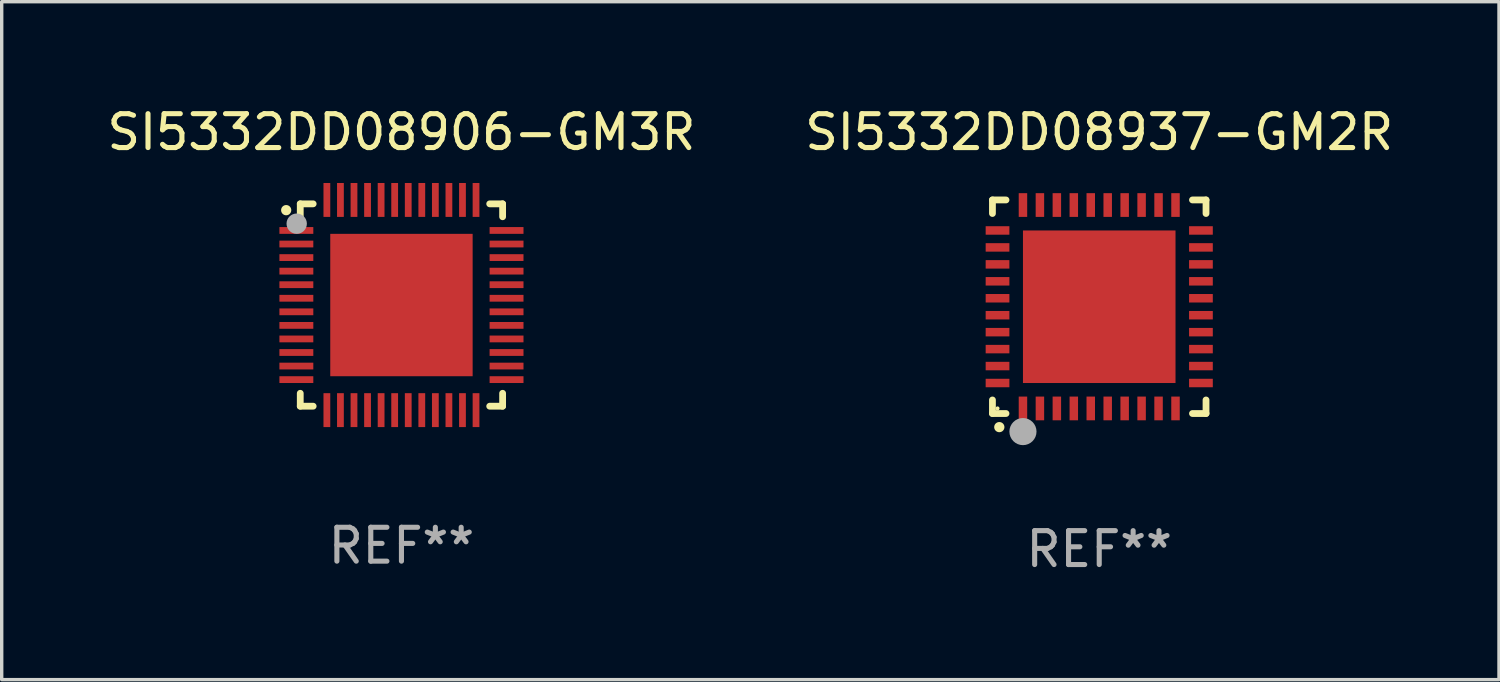
<source format=kicad_pcb>
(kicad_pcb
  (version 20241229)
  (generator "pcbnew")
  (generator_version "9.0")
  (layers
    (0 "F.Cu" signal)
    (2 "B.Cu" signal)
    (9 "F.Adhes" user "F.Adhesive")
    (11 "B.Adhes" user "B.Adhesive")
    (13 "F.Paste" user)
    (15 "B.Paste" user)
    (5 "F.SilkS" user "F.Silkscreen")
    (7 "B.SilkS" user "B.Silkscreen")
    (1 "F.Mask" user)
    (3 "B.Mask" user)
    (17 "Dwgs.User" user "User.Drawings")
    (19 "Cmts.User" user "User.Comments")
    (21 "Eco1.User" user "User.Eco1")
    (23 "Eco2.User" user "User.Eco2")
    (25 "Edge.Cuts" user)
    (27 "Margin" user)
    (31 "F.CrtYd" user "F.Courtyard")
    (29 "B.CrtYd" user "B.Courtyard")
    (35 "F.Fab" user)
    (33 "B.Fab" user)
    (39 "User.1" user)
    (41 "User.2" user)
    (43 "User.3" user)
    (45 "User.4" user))
  (footprint "SI5332DD08906-GM3R"
    (layer "F.Cu")
    (at 8.792 5.948)
    (property "Reference" "SI5332DD08906-GM3R" (at 0 -5.1 0) (layer "F.SilkS") (effects (font (size 1 1) (thickness 0.15))))
    (attr through_hole)
    (fp_line (start -2.985 -2.985) (end -2.604 -2.985) (stroke (width 0.2) (type solid)) (layer "F.SilkS"))
    (fp_line (start -2.985 -2.604) (end -2.985 -2.985) (stroke (width 0.2) (type solid)) (layer "F.SilkS"))
    (fp_line (start -2.985 2.984) (end -2.985 2.603) (stroke (width 0.2) (type solid)) (layer "F.SilkS"))
    (fp_line (start -2.604 2.984) (end -2.985 2.984) (stroke (width 0.2) (type solid)) (layer "F.SilkS"))
    (fp_line (start 2.603 -2.985) (end 2.984 -2.985) (stroke (width 0.2) (type solid)) (layer "F.SilkS"))
    (fp_line (start 2.984 -2.985) (end 2.984 -2.604) (stroke (width 0.2) (type solid)) (layer "F.SilkS"))
    (fp_line (start 2.984 2.603) (end 2.984 2.984) (stroke (width 0.2) (type solid)) (layer "F.SilkS"))
    (fp_line (start 2.984 2.984) (end 2.603 2.984) (stroke (width 0.2) (type solid)) (layer "F.SilkS"))
    (fp_arc (start -3.400076 -2.797562) (mid -3.400081 -2.798806) (end -3.400076 -2.800051) (stroke (width 0.3) (type solid)) (layer "F.SilkS"))
    (fp_circle (center -3 -3) (end -2.97 -3) (stroke (width 0.06) (type solid)) (fill no) (layer "F.SilkS"))
    (fp_circle (center -3.09 -2.4) (end -2.94 -2.4) (stroke (width 0.3) (type solid)) (fill no) (layer "F.Fab"))
    (fp_text user "REF**" (at 0 7.1 0) (layer "F.Fab") (effects (font (size 1 1) (thickness 0.15))))
    (pad "1" smd rect (at -3.1 -2.2) (size 1 0.2) (layers "F.Cu" "F.Mask" "F.Paste"))
    (pad "2" smd rect (at -3.1 -1.8) (size 1 0.2) (layers "F.Cu" "F.Mask" "F.Paste"))
    (pad "3" smd rect (at -3.1 -1.4) (size 1 0.2) (layers "F.Cu" "F.Mask" "F.Paste"))
    (pad "4" smd rect (at -3.1 -1) (size 1 0.2) (layers "F.Cu" "F.Mask" "F.Paste"))
    (pad "5" smd rect (at -3.1 -0.6) (size 1 0.2) (layers "F.Cu" "F.Mask" "F.Paste"))
    (pad "6" smd rect (at -3.1 -0.2) (size 1 0.2) (layers "F.Cu" "F.Mask" "F.Paste"))
    (pad "7" smd rect (at -3.1 0.2) (size 1 0.2) (layers "F.Cu" "F.Mask" "F.Paste"))
    (pad "8" smd rect (at -3.1 0.6) (size 1 0.2) (layers "F.Cu" "F.Mask" "F.Paste"))
    (pad "9" smd rect (at -3.1 1) (size 1 0.2) (layers "F.Cu" "F.Mask" "F.Paste"))
    (pad "10" smd rect (at -3.1 1.4) (size 1 0.2) (layers "F.Cu" "F.Mask" "F.Paste"))
    (pad "11" smd rect (at -3.1 1.8) (size 1 0.2) (layers "F.Cu" "F.Mask" "F.Paste"))
    (pad "12" smd rect (at -3.1 2.2) (size 1 0.2) (layers "F.Cu" "F.Mask" "F.Paste"))
    (pad "13" smd rect (at -2.2 3.1) (size 0.2 1) (layers "F.Cu" "F.Mask" "F.Paste"))
    (pad "14" smd rect (at -1.8 3.1) (size 0.2 1) (layers "F.Cu" "F.Mask" "F.Paste"))
    (pad "15" smd rect (at -1.4 3.1) (size 0.2 1) (layers "F.Cu" "F.Mask" "F.Paste"))
    (pad "16" smd rect (at -1 3.1) (size 0.2 1) (layers "F.Cu" "F.Mask" "F.Paste"))
    (pad "17" smd rect (at -0.6 3.1) (size 0.2 1) (layers "F.Cu" "F.Mask" "F.Paste"))
    (pad "18" smd rect (at -0.2 3.1) (size 0.2 1) (layers "F.Cu" "F.Mask" "F.Paste"))
    (pad "19" smd rect (at 0.2 3.1) (size 0.2 1) (layers "F.Cu" "F.Mask" "F.Paste"))
    (pad "20" smd rect (at 0.6 3.1) (size 0.2 1) (layers "F.Cu" "F.Mask" "F.Paste"))
    (pad "21" smd rect (at 1 3.1) (size 0.2 1) (layers "F.Cu" "F.Mask" "F.Paste"))
    (pad "22" smd rect (at 1.4 3.1) (size 0.2 1) (layers "F.Cu" "F.Mask" "F.Paste"))
    (pad "23" smd rect (at 1.8 3.1) (size 0.2 1) (layers "F.Cu" "F.Mask" "F.Paste"))
    (pad "24" smd rect (at 2.2 3.1) (size 0.2 1) (layers "F.Cu" "F.Mask" "F.Paste"))
    (pad "25" smd rect (at 3.1 2.2) (size 1 0.2) (layers "F.Cu" "F.Mask" "F.Paste"))
    (pad "26" smd rect (at 3.1 1.8) (size 1 0.2) (layers "F.Cu" "F.Mask" "F.Paste"))
    (pad "27" smd rect (at 3.1 1.4) (size 1 0.2) (layers "F.Cu" "F.Mask" "F.Paste"))
    (pad "28" smd rect (at 3.1 1) (size 1 0.2) (layers "F.Cu" "F.Mask" "F.Paste"))
    (pad "29" smd rect (at 3.1 0.6) (size 1 0.2) (layers "F.Cu" "F.Mask" "F.Paste"))
    (pad "30" smd rect (at 3.1 0.2) (size 1 0.2) (layers "F.Cu" "F.Mask" "F.Paste"))
    (pad "31" smd rect (at 3.1 -0.2) (size 1 0.2) (layers "F.Cu" "F.Mask" "F.Paste"))
    (pad "32" smd rect (at 3.1 -0.6) (size 1 0.2) (layers "F.Cu" "F.Mask" "F.Paste"))
    (pad "33" smd rect (at 3.1 -1) (size 1 0.2) (layers "F.Cu" "F.Mask" "F.Paste"))
    (pad "34" smd rect (at 3.1 -1.4) (size 1 0.2) (layers "F.Cu" "F.Mask" "F.Paste"))
    (pad "35" smd rect (at 3.1 -1.8) (size 1 0.2) (layers "F.Cu" "F.Mask" "F.Paste"))
    (pad "36" smd rect (at 3.1 -2.2) (size 1 0.2) (layers "F.Cu" "F.Mask" "F.Paste"))
    (pad "37" smd rect (at 2.2 -3.1) (size 0.2 1) (layers "F.Cu" "F.Mask" "F.Paste"))
    (pad "38" smd rect (at 1.8 -3.1) (size 0.2 1) (layers "F.Cu" "F.Mask" "F.Paste"))
    (pad "39" smd rect (at 1.4 -3.1) (size 0.2 1) (layers "F.Cu" "F.Mask" "F.Paste"))
    (pad "40" smd rect (at 1 -3.1) (size 0.2 1) (layers "F.Cu" "F.Mask" "F.Paste"))
    (pad "41" smd rect (at 0.6 -3.1) (size 0.2 1) (layers "F.Cu" "F.Mask" "F.Paste"))
    (pad "42" smd rect (at 0.2 -3.1) (size 0.2 1) (layers "F.Cu" "F.Mask" "F.Paste"))
    (pad "43" smd rect (at -0.2 -3.1) (size 0.2 1) (layers "F.Cu" "F.Mask" "F.Paste"))
    (pad "44" smd rect (at -0.6 -3.1) (size 0.2 1) (layers "F.Cu" "F.Mask" "F.Paste"))
    (pad "45" smd rect (at -1 -3.1) (size 0.2 1) (layers "F.Cu" "F.Mask" "F.Paste"))
    (pad "46" smd rect (at -1.4 -3.1) (size 0.2 1) (layers "F.Cu" "F.Mask" "F.Paste"))
    (pad "47" smd rect (at -1.8 -3.1) (size 0.2 1) (layers "F.Cu" "F.Mask" "F.Paste"))
    (pad "48" smd rect (at -2.2 -3.1) (size 0.2 1) (layers "F.Cu" "F.Mask" "F.Paste"))
    (pad "49" smd rect (at -0.000127 0) (size 4.2 4.2) (layers "F.Cu" "F.Mask" "F.Paste")))
  (footprint "SI5332DD08937-GM2R"
    (layer "F.Cu")
    (at 29.375 5.998)
    (property "Reference" "SI5332DD08937-GM2R" (at 0 -5.15 0) (layer "F.SilkS") (effects (font (size 1 1) (thickness 0.15))))
    (attr through_hole)
    (fp_line (start -3.15 -3.15) (end -2.75 -3.15) (stroke (width 0.2) (type solid)) (layer "F.SilkS"))
    (fp_line (start -3.15 -2.75) (end -3.15 -3.15) (stroke (width 0.2) (type solid)) (layer "F.SilkS"))
    (fp_line (start -3.15 3.15) (end -3.15 2.75) (stroke (width 0.2) (type solid)) (layer "F.SilkS"))
    (fp_line (start -2.75 3.15) (end -3.15 3.15) (stroke (width 0.2) (type solid)) (layer "F.SilkS"))
    (fp_line (start 3.15 -3.15) (end 2.75 -3.15) (stroke (width 0.2) (type solid)) (layer "F.SilkS"))
    (fp_line (start 3.15 -2.75) (end 3.15 -3.15) (stroke (width 0.2) (type solid)) (layer "F.SilkS"))
    (fp_line (start 3.15 2.75) (end 3.15 3.15) (stroke (width 0.2) (type solid)) (layer "F.SilkS"))
    (fp_line (start 3.15 3.15) (end 2.75 3.15) (stroke (width 0.2) (type solid)) (layer "F.SilkS"))
    (fp_arc (start -2.94892 3.550927) (mid -2.94765 3.550922) (end -2.94638 3.550927) (stroke (width 0.3) (type solid)) (layer "F.SilkS"))
    (fp_circle (center -3 3) (end -2.97 3) (stroke (width 0.06) (type solid)) (fill no) (layer "F.SilkS"))
    (fp_circle (center -2.25 3.683) (end -2.05 3.683) (stroke (width 0.4) (type solid)) (fill no) (layer "F.Fab"))
    (fp_text user "REF**" (at 0 7.15 0) (layer "F.Fab") (effects (font (size 1 1) (thickness 0.15))))
    (pad "1" smd rect (at -2.25 3 180) (size 0.25 0.7) (layers "F.Cu" "F.Mask" "F.Paste"))
    (pad "2" smd rect (at -1.75 3 180) (size 0.25 0.7) (layers "F.Cu" "F.Mask" "F.Paste"))
    (pad "3" smd rect (at -1.25 3 180) (size 0.25 0.7) (layers "F.Cu" "F.Mask" "F.Paste"))
    (pad "4" smd rect (at -0.75 3 180) (size 0.25 0.7) (layers "F.Cu" "F.Mask" "F.Paste"))
    (pad "5" smd rect (at -0.25 3 180) (size 0.25 0.7) (layers "F.Cu" "F.Mask" "F.Paste"))
    (pad "6" smd rect (at 0.25 3 180) (size 0.25 0.7) (layers "F.Cu" "F.Mask" "F.Paste"))
    (pad "7" smd rect (at 0.75 3 180) (size 0.25 0.7) (layers "F.Cu" "F.Mask" "F.Paste"))
    (pad "8" smd rect (at 1.25 3 180) (size 0.25 0.7) (layers "F.Cu" "F.Mask" "F.Paste"))
    (pad "9" smd rect (at 1.75 3 180) (size 0.25 0.7) (layers "F.Cu" "F.Mask" "F.Paste"))
    (pad "10" smd rect (at 2.25 3 180) (size 0.25 0.7) (layers "F.Cu" "F.Mask" "F.Paste"))
    (pad "11" smd rect (at 3 2.25 90) (size 0.25 0.7) (layers "F.Cu" "F.Mask" "F.Paste"))
    (pad "12" smd rect (at 3 1.75 90) (size 0.25 0.7) (layers "F.Cu" "F.Mask" "F.Paste"))
    (pad "13" smd rect (at 3 1.25 90) (size 0.25 0.7) (layers "F.Cu" "F.Mask" "F.Paste"))
    (pad "14" smd rect (at 3 0.75 90) (size 0.25 0.7) (layers "F.Cu" "F.Mask" "F.Paste"))
    (pad "15" smd rect (at 3 0.25 90) (size 0.25 0.7) (layers "F.Cu" "F.Mask" "F.Paste"))
    (pad "16" smd rect (at 3 -0.25 90) (size 0.25 0.7) (layers "F.Cu" "F.Mask" "F.Paste"))
    (pad "17" smd rect (at 3 -0.75 90) (size 0.25 0.7) (layers "F.Cu" "F.Mask" "F.Paste"))
    (pad "18" smd rect (at 3 -1.25 90) (size 0.25 0.7) (layers "F.Cu" "F.Mask" "F.Paste"))
    (pad "19" smd rect (at 3 -1.75 90) (size 0.25 0.7) (layers "F.Cu" "F.Mask" "F.Paste"))
    (pad "20" smd rect (at 3 -2.25 90) (size 0.25 0.7) (layers "F.Cu" "F.Mask" "F.Paste"))
    (pad "21" smd rect (at 2.25 -3 180) (size 0.25 0.7) (layers "F.Cu" "F.Mask" "F.Paste"))
    (pad "22" smd rect (at 1.75 -3 180) (size 0.25 0.7) (layers "F.Cu" "F.Mask" "F.Paste"))
    (pad "23" smd rect (at 1.25 -3 180) (size 0.25 0.7) (layers "F.Cu" "F.Mask" "F.Paste"))
    (pad "24" smd rect (at 0.75 -3 180) (size 0.25 0.7) (layers "F.Cu" "F.Mask" "F.Paste"))
    (pad "25" smd rect (at 0.25 -3 180) (size 0.25 0.7) (layers "F.Cu" "F.Mask" "F.Paste"))
    (pad "26" smd rect (at -0.25 -3 180) (size 0.25 0.7) (layers "F.Cu" "F.Mask" "F.Paste"))
    (pad "27" smd rect (at -0.75 -3 180) (size 0.25 0.7) (layers "F.Cu" "F.Mask" "F.Paste"))
    (pad "28" smd rect (at -1.25 -3 180) (size 0.25 0.7) (layers "F.Cu" "F.Mask" "F.Paste"))
    (pad "29" smd rect (at -1.75 -3 180) (size 0.25 0.7) (layers "F.Cu" "F.Mask" "F.Paste"))
    (pad "30" smd rect (at -2.25 -3 180) (size 0.25 0.7) (layers "F.Cu" "F.Mask" "F.Paste"))
    (pad "31" smd rect (at -3 -2.25 90) (size 0.25 0.7) (layers "F.Cu" "F.Mask" "F.Paste"))
    (pad "32" smd rect (at -3 -1.75 90) (size 0.25 0.7) (layers "F.Cu" "F.Mask" "F.Paste"))
    (pad "33" smd rect (at -3 -1.25 90) (size 0.25 0.7) (layers "F.Cu" "F.Mask" "F.Paste"))
    (pad "34" smd rect (at -3 -0.75 90) (size 0.25 0.7) (layers "F.Cu" "F.Mask" "F.Paste"))
    (pad "35" smd rect (at -3 -0.25 90) (size 0.25 0.7) (layers "F.Cu" "F.Mask" "F.Paste"))
    (pad "36" smd rect (at -3 0.25 90) (size 0.25 0.7) (layers "F.Cu" "F.Mask" "F.Paste"))
    (pad "37" smd rect (at -3 0.75 90) (size 0.25 0.7) (layers "F.Cu" "F.Mask" "F.Paste"))
    (pad "38" smd rect (at -3 1.25 90) (size 0.25 0.7) (layers "F.Cu" "F.Mask" "F.Paste"))
    (pad "39" smd rect (at -3 1.75 90) (size 0.25 0.7) (layers "F.Cu" "F.Mask" "F.Paste"))
    (pad "40" smd rect (at -3 2.25 90) (size 0.25 0.7) (layers "F.Cu" "F.Mask" "F.Paste"))
    (pad "41" smd rect (at 0.000102 0.000076 90) (size 4.5 4.5) (layers "F.Cu" "F.Mask" "F.Paste")))
  (gr_rect
    (start -3 -3)
    (end 41.167 16.997)
    (stroke (width 0.1) (type default))
    (fill no)
    (layer "Edge.Cuts")))
</source>
